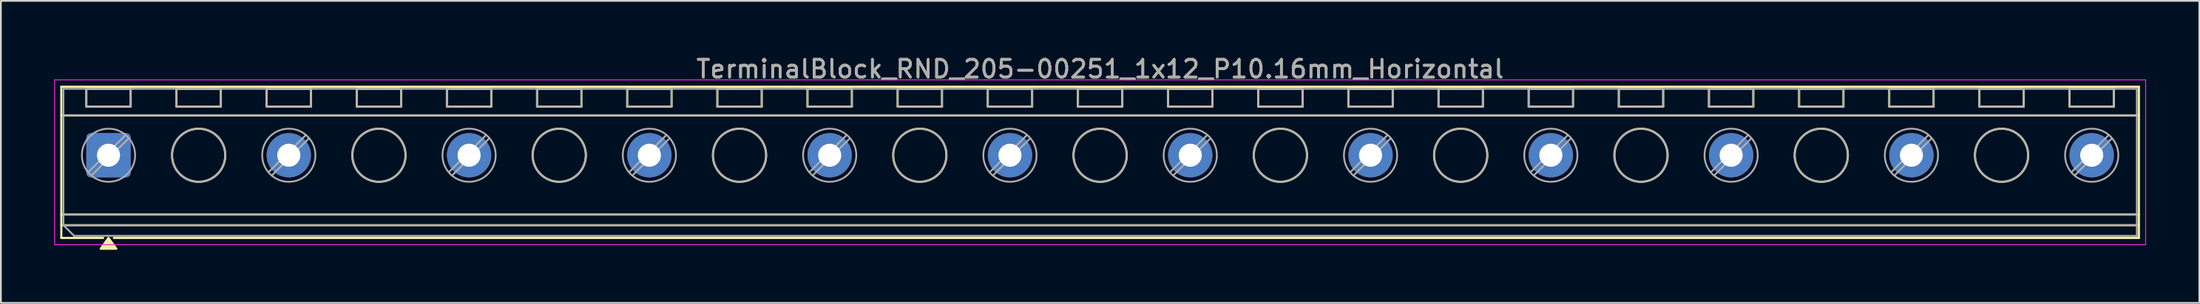
<source format=kicad_pcb>
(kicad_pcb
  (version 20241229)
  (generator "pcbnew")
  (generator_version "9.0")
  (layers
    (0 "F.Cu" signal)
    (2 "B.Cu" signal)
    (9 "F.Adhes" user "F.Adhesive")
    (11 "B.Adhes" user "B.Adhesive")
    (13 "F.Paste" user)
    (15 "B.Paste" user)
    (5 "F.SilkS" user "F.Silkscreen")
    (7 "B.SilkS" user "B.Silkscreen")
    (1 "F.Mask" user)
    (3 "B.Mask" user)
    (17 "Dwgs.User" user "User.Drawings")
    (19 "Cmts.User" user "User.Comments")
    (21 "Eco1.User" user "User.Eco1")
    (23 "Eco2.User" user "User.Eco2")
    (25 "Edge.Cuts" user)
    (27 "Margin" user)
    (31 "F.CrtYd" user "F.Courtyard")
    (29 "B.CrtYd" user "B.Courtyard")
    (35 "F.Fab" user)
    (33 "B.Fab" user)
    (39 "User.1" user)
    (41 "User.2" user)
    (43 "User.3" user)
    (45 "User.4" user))
  (footprint "TerminalBlock_RND_205-00251_1x12_P10.16mm_Horizontal"
    (layer "F.Cu")
    (at 3.065 5.718)
    (property "Reference" "TerminalBlock_RND_205-00251_1x12_P10.16mm_Horizontal" (at 55.88 -4.87 0) (layer "F.SilkS") (effects (font (size 1 1) (thickness 0.15))))
    (attr through_hole)
    (fp_line (start -2.66 -3.87) (end -2.66 4.67) (stroke (width 0.12) (type solid)) (layer "F.SilkS"))
    (fp_line (start -2.66 -3.87) (end 114.42 -3.87) (stroke (width 0.12) (type solid)) (layer "F.SilkS"))
    (fp_line (start -2.66 -2.25) (end 114.42 -2.25) (stroke (width 0.12) (type solid)) (layer "F.SilkS"))
    (fp_line (start -2.66 3.35) (end 114.42 3.35) (stroke (width 0.12) (type solid)) (layer "F.SilkS"))
    (fp_line (start -2.66 3.95) (end 114.42 3.95) (stroke (width 0.12) (type solid)) (layer "F.SilkS"))
    (fp_line (start -2.66 4.67) (end -0.3 4.67) (stroke (width 0.12) (type solid)) (layer "F.SilkS"))
    (fp_line (start -1.25 -3.75) (end -1.25 -2.75) (stroke (width 0.12) (type solid)) (layer "F.SilkS"))
    (fp_line (start -1.25 -3.75) (end 1.25 -3.75) (stroke (width 0.12) (type solid)) (layer "F.SilkS"))
    (fp_line (start -1.25 -2.75) (end 1.25 -2.75) (stroke (width 0.12) (type solid)) (layer "F.SilkS"))
    (fp_line (start 0.3 4.67) (end 114.42 4.67) (stroke (width 0.12) (type solid)) (layer "F.SilkS"))
    (fp_line (start 1.25 -3.75) (end 1.25 -2.75) (stroke (width 0.12) (type solid)) (layer "F.SilkS"))
    (fp_line (start 3.83 -3.75) (end 3.83 -2.75) (stroke (width 0.12) (type solid)) (layer "F.SilkS"))
    (fp_line (start 3.83 -3.75) (end 6.33 -3.75) (stroke (width 0.12) (type solid)) (layer "F.SilkS"))
    (fp_line (start 3.83 -2.75) (end 6.33 -2.75) (stroke (width 0.12) (type solid)) (layer "F.SilkS"))
    (fp_line (start 6.33 -3.75) (end 6.33 -2.75) (stroke (width 0.12) (type solid)) (layer "F.SilkS"))
    (fp_line (start 8.91 -3.75) (end 8.91 -2.75) (stroke (width 0.12) (type solid)) (layer "F.SilkS"))
    (fp_line (start 8.91 -3.75) (end 11.41 -3.75) (stroke (width 0.12) (type solid)) (layer "F.SilkS"))
    (fp_line (start 8.91 -2.75) (end 11.41 -2.75) (stroke (width 0.12) (type solid)) (layer "F.SilkS"))
    (fp_line (start 11.41 -3.75) (end 11.41 -2.75) (stroke (width 0.12) (type solid)) (layer "F.SilkS"))
    (fp_line (start 13.99 -3.75) (end 13.99 -2.75) (stroke (width 0.12) (type solid)) (layer "F.SilkS"))
    (fp_line (start 13.99 -3.75) (end 16.49 -3.75) (stroke (width 0.12) (type solid)) (layer "F.SilkS"))
    (fp_line (start 13.99 -2.75) (end 16.49 -2.75) (stroke (width 0.12) (type solid)) (layer "F.SilkS"))
    (fp_line (start 16.49 -3.75) (end 16.49 -2.75) (stroke (width 0.12) (type solid)) (layer "F.SilkS"))
    (fp_line (start 19.07 -3.75) (end 19.07 -2.75) (stroke (width 0.12) (type solid)) (layer "F.SilkS"))
    (fp_line (start 19.07 -3.75) (end 21.57 -3.75) (stroke (width 0.12) (type solid)) (layer "F.SilkS"))
    (fp_line (start 19.07 -2.75) (end 21.57 -2.75) (stroke (width 0.12) (type solid)) (layer "F.SilkS"))
    (fp_line (start 21.57 -3.75) (end 21.57 -2.75) (stroke (width 0.12) (type solid)) (layer "F.SilkS"))
    (fp_line (start 24.15 -3.75) (end 24.15 -2.75) (stroke (width 0.12) (type solid)) (layer "F.SilkS"))
    (fp_line (start 24.15 -3.75) (end 26.65 -3.75) (stroke (width 0.12) (type solid)) (layer "F.SilkS"))
    (fp_line (start 24.15 -2.75) (end 26.65 -2.75) (stroke (width 0.12) (type solid)) (layer "F.SilkS"))
    (fp_line (start 26.65 -3.75) (end 26.65 -2.75) (stroke (width 0.12) (type solid)) (layer "F.SilkS"))
    (fp_line (start 29.23 -3.75) (end 29.23 -2.75) (stroke (width 0.12) (type solid)) (layer "F.SilkS"))
    (fp_line (start 29.23 -3.75) (end 31.73 -3.75) (stroke (width 0.12) (type solid)) (layer "F.SilkS"))
    (fp_line (start 29.23 -2.75) (end 31.73 -2.75) (stroke (width 0.12) (type solid)) (layer "F.SilkS"))
    (fp_line (start 31.73 -3.75) (end 31.73 -2.75) (stroke (width 0.12) (type solid)) (layer "F.SilkS"))
    (fp_line (start 34.31 -3.75) (end 34.31 -2.75) (stroke (width 0.12) (type solid)) (layer "F.SilkS"))
    (fp_line (start 34.31 -3.75) (end 36.81 -3.75) (stroke (width 0.12) (type solid)) (layer "F.SilkS"))
    (fp_line (start 34.31 -2.75) (end 36.81 -2.75) (stroke (width 0.12) (type solid)) (layer "F.SilkS"))
    (fp_line (start 36.81 -3.75) (end 36.81 -2.75) (stroke (width 0.12) (type solid)) (layer "F.SilkS"))
    (fp_line (start 39.39 -3.75) (end 39.39 -2.75) (stroke (width 0.12) (type solid)) (layer "F.SilkS"))
    (fp_line (start 39.39 -3.75) (end 41.89 -3.75) (stroke (width 0.12) (type solid)) (layer "F.SilkS"))
    (fp_line (start 39.39 -2.75) (end 41.89 -2.75) (stroke (width 0.12) (type solid)) (layer "F.SilkS"))
    (fp_line (start 41.89 -3.75) (end 41.89 -2.75) (stroke (width 0.12) (type solid)) (layer "F.SilkS"))
    (fp_line (start 44.47 -3.75) (end 44.47 -2.75) (stroke (width 0.12) (type solid)) (layer "F.SilkS"))
    (fp_line (start 44.47 -3.75) (end 46.97 -3.75) (stroke (width 0.12) (type solid)) (layer "F.SilkS"))
    (fp_line (start 44.47 -2.75) (end 46.97 -2.75) (stroke (width 0.12) (type solid)) (layer "F.SilkS"))
    (fp_line (start 46.97 -3.75) (end 46.97 -2.75) (stroke (width 0.12) (type solid)) (layer "F.SilkS"))
    (fp_line (start 49.55 -3.75) (end 49.55 -2.75) (stroke (width 0.12) (type solid)) (layer "F.SilkS"))
    (fp_line (start 49.55 -3.75) (end 52.05 -3.75) (stroke (width 0.12) (type solid)) (layer "F.SilkS"))
    (fp_line (start 49.55 -2.75) (end 52.05 -2.75) (stroke (width 0.12) (type solid)) (layer "F.SilkS"))
    (fp_line (start 52.05 -3.75) (end 52.05 -2.75) (stroke (width 0.12) (type solid)) (layer "F.SilkS"))
    (fp_line (start 54.63 -3.75) (end 54.63 -2.75) (stroke (width 0.12) (type solid)) (layer "F.SilkS"))
    (fp_line (start 54.63 -3.75) (end 57.13 -3.75) (stroke (width 0.12) (type solid)) (layer "F.SilkS"))
    (fp_line (start 54.63 -2.75) (end 57.13 -2.75) (stroke (width 0.12) (type solid)) (layer "F.SilkS"))
    (fp_line (start 57.13 -3.75) (end 57.13 -2.75) (stroke (width 0.12) (type solid)) (layer "F.SilkS"))
    (fp_line (start 59.71 -3.75) (end 59.71 -2.75) (stroke (width 0.12) (type solid)) (layer "F.SilkS"))
    (fp_line (start 59.71 -3.75) (end 62.21 -3.75) (stroke (width 0.12) (type solid)) (layer "F.SilkS"))
    (fp_line (start 59.71 -2.75) (end 62.21 -2.75) (stroke (width 0.12) (type solid)) (layer "F.SilkS"))
    (fp_line (start 62.21 -3.75) (end 62.21 -2.75) (stroke (width 0.12) (type solid)) (layer "F.SilkS"))
    (fp_line (start 64.79 -3.75) (end 64.79 -2.75) (stroke (width 0.12) (type solid)) (layer "F.SilkS"))
    (fp_line (start 64.79 -3.75) (end 67.29 -3.75) (stroke (width 0.12) (type solid)) (layer "F.SilkS"))
    (fp_line (start 64.79 -2.75) (end 67.29 -2.75) (stroke (width 0.12) (type solid)) (layer "F.SilkS"))
    (fp_line (start 67.29 -3.75) (end 67.29 -2.75) (stroke (width 0.12) (type solid)) (layer "F.SilkS"))
    (fp_line (start 69.87 -3.75) (end 69.87 -2.75) (stroke (width 0.12) (type solid)) (layer "F.SilkS"))
    (fp_line (start 69.87 -3.75) (end 72.37 -3.75) (stroke (width 0.12) (type solid)) (layer "F.SilkS"))
    (fp_line (start 69.87 -2.75) (end 72.37 -2.75) (stroke (width 0.12) (type solid)) (layer "F.SilkS"))
    (fp_line (start 72.37 -3.75) (end 72.37 -2.75) (stroke (width 0.12) (type solid)) (layer "F.SilkS"))
    (fp_line (start 74.95 -3.75) (end 74.95 -2.75) (stroke (width 0.12) (type solid)) (layer "F.SilkS"))
    (fp_line (start 74.95 -3.75) (end 77.45 -3.75) (stroke (width 0.12) (type solid)) (layer "F.SilkS"))
    (fp_line (start 74.95 -2.75) (end 77.45 -2.75) (stroke (width 0.12) (type solid)) (layer "F.SilkS"))
    (fp_line (start 77.45 -3.75) (end 77.45 -2.75) (stroke (width 0.12) (type solid)) (layer "F.SilkS"))
    (fp_line (start 80.03 -3.75) (end 80.03 -2.75) (stroke (width 0.12) (type solid)) (layer "F.SilkS"))
    (fp_line (start 80.03 -3.75) (end 82.53 -3.75) (stroke (width 0.12) (type solid)) (layer "F.SilkS"))
    (fp_line (start 80.03 -2.75) (end 82.53 -2.75) (stroke (width 0.12) (type solid)) (layer "F.SilkS"))
    (fp_line (start 82.53 -3.75) (end 82.53 -2.75) (stroke (width 0.12) (type solid)) (layer "F.SilkS"))
    (fp_line (start 85.11 -3.75) (end 85.11 -2.75) (stroke (width 0.12) (type solid)) (layer "F.SilkS"))
    (fp_line (start 85.11 -3.75) (end 87.61 -3.75) (stroke (width 0.12) (type solid)) (layer "F.SilkS"))
    (fp_line (start 85.11 -2.75) (end 87.61 -2.75) (stroke (width 0.12) (type solid)) (layer "F.SilkS"))
    (fp_line (start 87.61 -3.75) (end 87.61 -2.75) (stroke (width 0.12) (type solid)) (layer "F.SilkS"))
    (fp_line (start 90.19 -3.75) (end 90.19 -2.75) (stroke (width 0.12) (type solid)) (layer "F.SilkS"))
    (fp_line (start 90.19 -3.75) (end 92.69 -3.75) (stroke (width 0.12) (type solid)) (layer "F.SilkS"))
    (fp_line (start 90.19 -2.75) (end 92.69 -2.75) (stroke (width 0.12) (type solid)) (layer "F.SilkS"))
    (fp_line (start 92.69 -3.75) (end 92.69 -2.75) (stroke (width 0.12) (type solid)) (layer "F.SilkS"))
    (fp_line (start 95.27 -3.75) (end 95.27 -2.75) (stroke (width 0.12) (type solid)) (layer "F.SilkS"))
    (fp_line (start 95.27 -3.75) (end 97.77 -3.75) (stroke (width 0.12) (type solid)) (layer "F.SilkS"))
    (fp_line (start 95.27 -2.75) (end 97.77 -2.75) (stroke (width 0.12) (type solid)) (layer "F.SilkS"))
    (fp_line (start 97.77 -3.75) (end 97.77 -2.75) (stroke (width 0.12) (type solid)) (layer "F.SilkS"))
    (fp_line (start 100.35 -3.75) (end 100.35 -2.75) (stroke (width 0.12) (type solid)) (layer "F.SilkS"))
    (fp_line (start 100.35 -3.75) (end 102.85 -3.75) (stroke (width 0.12) (type solid)) (layer "F.SilkS"))
    (fp_line (start 100.35 -2.75) (end 102.85 -2.75) (stroke (width 0.12) (type solid)) (layer "F.SilkS"))
    (fp_line (start 102.85 -3.75) (end 102.85 -2.75) (stroke (width 0.12) (type solid)) (layer "F.SilkS"))
    (fp_line (start 105.43 -3.75) (end 105.43 -2.75) (stroke (width 0.12) (type solid)) (layer "F.SilkS"))
    (fp_line (start 105.43 -3.75) (end 107.93 -3.75) (stroke (width 0.12) (type solid)) (layer "F.SilkS"))
    (fp_line (start 105.43 -2.75) (end 107.93 -2.75) (stroke (width 0.12) (type solid)) (layer "F.SilkS"))
    (fp_line (start 107.93 -3.75) (end 107.93 -2.75) (stroke (width 0.12) (type solid)) (layer "F.SilkS"))
    (fp_line (start 110.51 -3.75) (end 110.51 -2.75) (stroke (width 0.12) (type solid)) (layer "F.SilkS"))
    (fp_line (start 110.51 -3.75) (end 113.01 -3.75) (stroke (width 0.12) (type solid)) (layer "F.SilkS"))
    (fp_line (start 110.51 -2.75) (end 113.01 -2.75) (stroke (width 0.12) (type solid)) (layer "F.SilkS"))
    (fp_line (start 113.01 -3.75) (end 113.01 -2.75) (stroke (width 0.12) (type solid)) (layer "F.SilkS"))
    (fp_line (start 114.42 -3.87) (end 114.42 4.67) (stroke (width 0.12) (type solid)) (layer "F.SilkS"))
    (fp_circle (center 5.08 0) (end 6.58 0) (stroke (width 0.12) (type solid)) (fill no) (layer "F.SilkS"))
    (fp_circle (center 15.24 0) (end 16.74 0) (stroke (width 0.12) (type solid)) (fill no) (layer "F.SilkS"))
    (fp_circle (center 25.4 0) (end 26.9 0) (stroke (width 0.12) (type solid)) (fill no) (layer "F.SilkS"))
    (fp_circle (center 35.56 0) (end 37.06 0) (stroke (width 0.12) (type solid)) (fill no) (layer "F.SilkS"))
    (fp_circle (center 45.72 0) (end 47.22 0) (stroke (width 0.12) (type solid)) (fill no) (layer "F.SilkS"))
    (fp_circle (center 55.88 0) (end 57.38 0) (stroke (width 0.12) (type solid)) (fill no) (layer "F.SilkS"))
    (fp_circle (center 66.04 0) (end 67.54 0) (stroke (width 0.12) (type solid)) (fill no) (layer "F.SilkS"))
    (fp_circle (center 76.2 0) (end 77.7 0) (stroke (width 0.12) (type solid)) (fill no) (layer "F.SilkS"))
    (fp_circle (center 86.36 0) (end 87.86 0) (stroke (width 0.12) (type solid)) (fill no) (layer "F.SilkS"))
    (fp_circle (center 96.52 0) (end 98.02 0) (stroke (width 0.12) (type solid)) (fill no) (layer "F.SilkS"))
    (fp_circle (center 106.68 0) (end 108.18 0) (stroke (width 0.12) (type solid)) (fill no) (layer "F.SilkS"))
    (fp_poly (pts (xy 0 4.67) (xy 0.44 5.28) (xy -0.44 5.28)) (stroke (width 0.12) (type solid)) (fill yes) (layer "F.SilkS"))
    (fp_line (start -3.04 -4.26) (end -3.04 5.05) (stroke (width 0.05) (type solid)) (layer "F.CrtYd"))
    (fp_line (start -3.04 5.05) (end 114.8 5.05) (stroke (width 0.05) (type solid)) (layer "F.CrtYd"))
    (fp_line (start 114.8 -4.26) (end -3.04 -4.26) (stroke (width 0.05) (type solid)) (layer "F.CrtYd"))
    (fp_line (start 114.8 5.05) (end 114.8 -4.26) (stroke (width 0.05) (type solid)) (layer "F.CrtYd"))
    (fp_line (start -2.54 -3.75) (end 114.3 -3.75) (stroke (width 0.1) (type solid)) (layer "F.Fab"))
    (fp_line (start -2.54 -2.25) (end 114.3 -2.25) (stroke (width 0.1) (type solid)) (layer "F.Fab"))
    (fp_line (start -2.54 3.35) (end 114.3 3.35) (stroke (width 0.1) (type solid)) (layer "F.Fab"))
    (fp_line (start -2.54 3.95) (end -2.54 -3.75) (stroke (width 0.1) (type solid)) (layer "F.Fab"))
    (fp_line (start -2.54 3.95) (end 114.3 3.95) (stroke (width 0.1) (type solid)) (layer "F.Fab"))
    (fp_line (start -1.94 4.55) (end -2.54 3.95) (stroke (width 0.1) (type solid)) (layer "F.Fab"))
    (fp_line (start -1.25 -3.75) (end -1.25 -2.75) (stroke (width 0.1) (type solid)) (layer "F.Fab"))
    (fp_line (start -1.25 -2.75) (end 1.25 -2.75) (stroke (width 0.1) (type solid)) (layer "F.Fab"))
    (fp_line (start 0.955 -1.138) (end -1.138 0.954) (stroke (width 0.1) (type solid)) (layer "F.Fab"))
    (fp_line (start 1.138 -0.954) (end -0.955 1.137) (stroke (width 0.1) (type solid)) (layer "F.Fab"))
    (fp_line (start 1.25 -3.75) (end -1.25 -3.75) (stroke (width 0.1) (type solid)) (layer "F.Fab"))
    (fp_line (start 1.25 -2.75) (end 1.25 -3.75) (stroke (width 0.1) (type solid)) (layer "F.Fab"))
    (fp_line (start 3.83 -3.75) (end 3.83 -2.75) (stroke (width 0.1) (type solid)) (layer "F.Fab"))
    (fp_line (start 3.83 -2.75) (end 6.33 -2.75) (stroke (width 0.1) (type solid)) (layer "F.Fab"))
    (fp_line (start 6.33 -3.75) (end 3.83 -3.75) (stroke (width 0.1) (type solid)) (layer "F.Fab"))
    (fp_line (start 6.33 -2.75) (end 6.33 -3.75) (stroke (width 0.1) (type solid)) (layer "F.Fab"))
    (fp_line (start 8.91 -3.75) (end 8.91 -2.75) (stroke (width 0.1) (type solid)) (layer "F.Fab"))
    (fp_line (start 8.91 -2.75) (end 11.41 -2.75) (stroke (width 0.1) (type solid)) (layer "F.Fab"))
    (fp_line (start 11.115 -1.138) (end 9.022 0.954) (stroke (width 0.1) (type solid)) (layer "F.Fab"))
    (fp_line (start 11.298 -0.954) (end 9.205 1.137) (stroke (width 0.1) (type solid)) (layer "F.Fab"))
    (fp_line (start 11.41 -3.75) (end 8.91 -3.75) (stroke (width 0.1) (type solid)) (layer "F.Fab"))
    (fp_line (start 11.41 -2.75) (end 11.41 -3.75) (stroke (width 0.1) (type solid)) (layer "F.Fab"))
    (fp_line (start 13.99 -3.75) (end 13.99 -2.75) (stroke (width 0.1) (type solid)) (layer "F.Fab"))
    (fp_line (start 13.99 -2.75) (end 16.49 -2.75) (stroke (width 0.1) (type solid)) (layer "F.Fab"))
    (fp_line (start 16.49 -3.75) (end 13.99 -3.75) (stroke (width 0.1) (type solid)) (layer "F.Fab"))
    (fp_line (start 16.49 -2.75) (end 16.49 -3.75) (stroke (width 0.1) (type solid)) (layer "F.Fab"))
    (fp_line (start 19.07 -3.75) (end 19.07 -2.75) (stroke (width 0.1) (type solid)) (layer "F.Fab"))
    (fp_line (start 19.07 -2.75) (end 21.57 -2.75) (stroke (width 0.1) (type solid)) (layer "F.Fab"))
    (fp_line (start 21.275 -1.138) (end 19.182 0.954) (stroke (width 0.1) (type solid)) (layer "F.Fab"))
    (fp_line (start 21.458 -0.954) (end 19.365 1.137) (stroke (width 0.1) (type solid)) (layer "F.Fab"))
    (fp_line (start 21.57 -3.75) (end 19.07 -3.75) (stroke (width 0.1) (type solid)) (layer "F.Fab"))
    (fp_line (start 21.57 -2.75) (end 21.57 -3.75) (stroke (width 0.1) (type solid)) (layer "F.Fab"))
    (fp_line (start 24.15 -3.75) (end 24.15 -2.75) (stroke (width 0.1) (type solid)) (layer "F.Fab"))
    (fp_line (start 24.15 -2.75) (end 26.65 -2.75) (stroke (width 0.1) (type solid)) (layer "F.Fab"))
    (fp_line (start 26.65 -3.75) (end 24.15 -3.75) (stroke (width 0.1) (type solid)) (layer "F.Fab"))
    (fp_line (start 26.65 -2.75) (end 26.65 -3.75) (stroke (width 0.1) (type solid)) (layer "F.Fab"))
    (fp_line (start 29.23 -3.75) (end 29.23 -2.75) (stroke (width 0.1) (type solid)) (layer "F.Fab"))
    (fp_line (start 29.23 -2.75) (end 31.73 -2.75) (stroke (width 0.1) (type solid)) (layer "F.Fab"))
    (fp_line (start 31.435 -1.138) (end 29.342 0.954) (stroke (width 0.1) (type solid)) (layer "F.Fab"))
    (fp_line (start 31.618 -0.954) (end 29.525 1.137) (stroke (width 0.1) (type solid)) (layer "F.Fab"))
    (fp_line (start 31.73 -3.75) (end 29.23 -3.75) (stroke (width 0.1) (type solid)) (layer "F.Fab"))
    (fp_line (start 31.73 -2.75) (end 31.73 -3.75) (stroke (width 0.1) (type solid)) (layer "F.Fab"))
    (fp_line (start 34.31 -3.75) (end 34.31 -2.75) (stroke (width 0.1) (type solid)) (layer "F.Fab"))
    (fp_line (start 34.31 -2.75) (end 36.81 -2.75) (stroke (width 0.1) (type solid)) (layer "F.Fab"))
    (fp_line (start 36.81 -3.75) (end 34.31 -3.75) (stroke (width 0.1) (type solid)) (layer "F.Fab"))
    (fp_line (start 36.81 -2.75) (end 36.81 -3.75) (stroke (width 0.1) (type solid)) (layer "F.Fab"))
    (fp_line (start 39.39 -3.75) (end 39.39 -2.75) (stroke (width 0.1) (type solid)) (layer "F.Fab"))
    (fp_line (start 39.39 -2.75) (end 41.89 -2.75) (stroke (width 0.1) (type solid)) (layer "F.Fab"))
    (fp_line (start 41.595 -1.138) (end 39.502 0.954) (stroke (width 0.1) (type solid)) (layer "F.Fab"))
    (fp_line (start 41.778 -0.954) (end 39.685 1.137) (stroke (width 0.1) (type solid)) (layer "F.Fab"))
    (fp_line (start 41.89 -3.75) (end 39.39 -3.75) (stroke (width 0.1) (type solid)) (layer "F.Fab"))
    (fp_line (start 41.89 -2.75) (end 41.89 -3.75) (stroke (width 0.1) (type solid)) (layer "F.Fab"))
    (fp_line (start 44.47 -3.75) (end 44.47 -2.75) (stroke (width 0.1) (type solid)) (layer "F.Fab"))
    (fp_line (start 44.47 -2.75) (end 46.97 -2.75) (stroke (width 0.1) (type solid)) (layer "F.Fab"))
    (fp_line (start 46.97 -3.75) (end 44.47 -3.75) (stroke (width 0.1) (type solid)) (layer "F.Fab"))
    (fp_line (start 46.97 -2.75) (end 46.97 -3.75) (stroke (width 0.1) (type solid)) (layer "F.Fab"))
    (fp_line (start 49.55 -3.75) (end 49.55 -2.75) (stroke (width 0.1) (type solid)) (layer "F.Fab"))
    (fp_line (start 49.55 -2.75) (end 52.05 -2.75) (stroke (width 0.1) (type solid)) (layer "F.Fab"))
    (fp_line (start 51.755 -1.138) (end 49.662 0.954) (stroke (width 0.1) (type solid)) (layer "F.Fab"))
    (fp_line (start 51.938 -0.954) (end 49.845 1.137) (stroke (width 0.1) (type solid)) (layer "F.Fab"))
    (fp_line (start 52.05 -3.75) (end 49.55 -3.75) (stroke (width 0.1) (type solid)) (layer "F.Fab"))
    (fp_line (start 52.05 -2.75) (end 52.05 -3.75) (stroke (width 0.1) (type solid)) (layer "F.Fab"))
    (fp_line (start 54.63 -3.75) (end 54.63 -2.75) (stroke (width 0.1) (type solid)) (layer "F.Fab"))
    (fp_line (start 54.63 -2.75) (end 57.13 -2.75) (stroke (width 0.1) (type solid)) (layer "F.Fab"))
    (fp_line (start 57.13 -3.75) (end 54.63 -3.75) (stroke (width 0.1) (type solid)) (layer "F.Fab"))
    (fp_line (start 57.13 -2.75) (end 57.13 -3.75) (stroke (width 0.1) (type solid)) (layer "F.Fab"))
    (fp_line (start 59.71 -3.75) (end 59.71 -2.75) (stroke (width 0.1) (type solid)) (layer "F.Fab"))
    (fp_line (start 59.71 -2.75) (end 62.21 -2.75) (stroke (width 0.1) (type solid)) (layer "F.Fab"))
    (fp_line (start 61.915 -1.138) (end 59.822 0.954) (stroke (width 0.1) (type solid)) (layer "F.Fab"))
    (fp_line (start 62.098 -0.954) (end 60.005 1.137) (stroke (width 0.1) (type solid)) (layer "F.Fab"))
    (fp_line (start 62.21 -3.75) (end 59.71 -3.75) (stroke (width 0.1) (type solid)) (layer "F.Fab"))
    (fp_line (start 62.21 -2.75) (end 62.21 -3.75) (stroke (width 0.1) (type solid)) (layer "F.Fab"))
    (fp_line (start 64.79 -3.75) (end 64.79 -2.75) (stroke (width 0.1) (type solid)) (layer "F.Fab"))
    (fp_line (start 64.79 -2.75) (end 67.29 -2.75) (stroke (width 0.1) (type solid)) (layer "F.Fab"))
    (fp_line (start 67.29 -3.75) (end 64.79 -3.75) (stroke (width 0.1) (type solid)) (layer "F.Fab"))
    (fp_line (start 67.29 -2.75) (end 67.29 -3.75) (stroke (width 0.1) (type solid)) (layer "F.Fab"))
    (fp_line (start 69.87 -3.75) (end 69.87 -2.75) (stroke (width 0.1) (type solid)) (layer "F.Fab"))
    (fp_line (start 69.87 -2.75) (end 72.37 -2.75) (stroke (width 0.1) (type solid)) (layer "F.Fab"))
    (fp_line (start 72.075 -1.138) (end 69.982 0.954) (stroke (width 0.1) (type solid)) (layer "F.Fab"))
    (fp_line (start 72.258 -0.954) (end 70.165 1.137) (stroke (width 0.1) (type solid)) (layer "F.Fab"))
    (fp_line (start 72.37 -3.75) (end 69.87 -3.75) (stroke (width 0.1) (type solid)) (layer "F.Fab"))
    (fp_line (start 72.37 -2.75) (end 72.37 -3.75) (stroke (width 0.1) (type solid)) (layer "F.Fab"))
    (fp_line (start 74.95 -3.75) (end 74.95 -2.75) (stroke (width 0.1) (type solid)) (layer "F.Fab"))
    (fp_line (start 74.95 -2.75) (end 77.45 -2.75) (stroke (width 0.1) (type solid)) (layer "F.Fab"))
    (fp_line (start 77.45 -3.75) (end 74.95 -3.75) (stroke (width 0.1) (type solid)) (layer "F.Fab"))
    (fp_line (start 77.45 -2.75) (end 77.45 -3.75) (stroke (width 0.1) (type solid)) (layer "F.Fab"))
    (fp_line (start 80.03 -3.75) (end 80.03 -2.75) (stroke (width 0.1) (type solid)) (layer "F.Fab"))
    (fp_line (start 80.03 -2.75) (end 82.53 -2.75) (stroke (width 0.1) (type solid)) (layer "F.Fab"))
    (fp_line (start 82.235 -1.138) (end 80.142 0.954) (stroke (width 0.1) (type solid)) (layer "F.Fab"))
    (fp_line (start 82.418 -0.954) (end 80.325 1.137) (stroke (width 0.1) (type solid)) (layer "F.Fab"))
    (fp_line (start 82.53 -3.75) (end 80.03 -3.75) (stroke (width 0.1) (type solid)) (layer "F.Fab"))
    (fp_line (start 82.53 -2.75) (end 82.53 -3.75) (stroke (width 0.1) (type solid)) (layer "F.Fab"))
    (fp_line (start 85.11 -3.75) (end 85.11 -2.75) (stroke (width 0.1) (type solid)) (layer "F.Fab"))
    (fp_line (start 85.11 -2.75) (end 87.61 -2.75) (stroke (width 0.1) (type solid)) (layer "F.Fab"))
    (fp_line (start 87.61 -3.75) (end 85.11 -3.75) (stroke (width 0.1) (type solid)) (layer "F.Fab"))
    (fp_line (start 87.61 -2.75) (end 87.61 -3.75) (stroke (width 0.1) (type solid)) (layer "F.Fab"))
    (fp_line (start 90.19 -3.75) (end 90.19 -2.75) (stroke (width 0.1) (type solid)) (layer "F.Fab"))
    (fp_line (start 90.19 -2.75) (end 92.69 -2.75) (stroke (width 0.1) (type solid)) (layer "F.Fab"))
    (fp_line (start 92.395 -1.138) (end 90.302 0.954) (stroke (width 0.1) (type solid)) (layer "F.Fab"))
    (fp_line (start 92.578 -0.954) (end 90.485 1.137) (stroke (width 0.1) (type solid)) (layer "F.Fab"))
    (fp_line (start 92.69 -3.75) (end 90.19 -3.75) (stroke (width 0.1) (type solid)) (layer "F.Fab"))
    (fp_line (start 92.69 -2.75) (end 92.69 -3.75) (stroke (width 0.1) (type solid)) (layer "F.Fab"))
    (fp_line (start 95.27 -3.75) (end 95.27 -2.75) (stroke (width 0.1) (type solid)) (layer "F.Fab"))
    (fp_line (start 95.27 -2.75) (end 97.77 -2.75) (stroke (width 0.1) (type solid)) (layer "F.Fab"))
    (fp_line (start 97.77 -3.75) (end 95.27 -3.75) (stroke (width 0.1) (type solid)) (layer "F.Fab"))
    (fp_line (start 97.77 -2.75) (end 97.77 -3.75) (stroke (width 0.1) (type solid)) (layer "F.Fab"))
    (fp_line (start 100.35 -3.75) (end 100.35 -2.75) (stroke (width 0.1) (type solid)) (layer "F.Fab"))
    (fp_line (start 100.35 -2.75) (end 102.85 -2.75) (stroke (width 0.1) (type solid)) (layer "F.Fab"))
    (fp_line (start 102.555 -1.138) (end 100.462 0.954) (stroke (width 0.1) (type solid)) (layer "F.Fab"))
    (fp_line (start 102.738 -0.954) (end 100.645 1.137) (stroke (width 0.1) (type solid)) (layer "F.Fab"))
    (fp_line (start 102.85 -3.75) (end 100.35 -3.75) (stroke (width 0.1) (type solid)) (layer "F.Fab"))
    (fp_line (start 102.85 -2.75) (end 102.85 -3.75) (stroke (width 0.1) (type solid)) (layer "F.Fab"))
    (fp_line (start 105.43 -3.75) (end 105.43 -2.75) (stroke (width 0.1) (type solid)) (layer "F.Fab"))
    (fp_line (start 105.43 -2.75) (end 107.93 -2.75) (stroke (width 0.1) (type solid)) (layer "F.Fab"))
    (fp_line (start 107.93 -3.75) (end 105.43 -3.75) (stroke (width 0.1) (type solid)) (layer "F.Fab"))
    (fp_line (start 107.93 -2.75) (end 107.93 -3.75) (stroke (width 0.1) (type solid)) (layer "F.Fab"))
    (fp_line (start 110.51 -3.75) (end 110.51 -2.75) (stroke (width 0.1) (type solid)) (layer "F.Fab"))
    (fp_line (start 110.51 -2.75) (end 113.01 -2.75) (stroke (width 0.1) (type solid)) (layer "F.Fab"))
    (fp_line (start 112.715 -1.138) (end 110.622 0.954) (stroke (width 0.1) (type solid)) (layer "F.Fab"))
    (fp_line (start 112.898 -0.954) (end 110.805 1.137) (stroke (width 0.1) (type solid)) (layer "F.Fab"))
    (fp_line (start 113.01 -3.75) (end 110.51 -3.75) (stroke (width 0.1) (type solid)) (layer "F.Fab"))
    (fp_line (start 113.01 -2.75) (end 113.01 -3.75) (stroke (width 0.1) (type solid)) (layer "F.Fab"))
    (fp_line (start 114.3 -3.75) (end 114.3 4.55) (stroke (width 0.1) (type solid)) (layer "F.Fab"))
    (fp_line (start 114.3 4.55) (end -1.94 4.55) (stroke (width 0.1) (type solid)) (layer "F.Fab"))
    (fp_circle (center 0 0) (end 1.5 0) (stroke (width 0.1) (type solid)) (fill no) (layer "F.Fab"))
    (fp_circle (center 5.08 0) (end 6.58 0) (stroke (width 0.1) (type solid)) (fill no) (layer "F.Fab"))
    (fp_circle (center 10.16 0) (end 11.66 0) (stroke (width 0.1) (type solid)) (fill no) (layer "F.Fab"))
    (fp_circle (center 15.24 0) (end 16.74 0) (stroke (width 0.1) (type solid)) (fill no) (layer "F.Fab"))
    (fp_circle (center 20.32 0) (end 21.82 0) (stroke (width 0.1) (type solid)) (fill no) (layer "F.Fab"))
    (fp_circle (center 25.4 0) (end 26.9 0) (stroke (width 0.1) (type solid)) (fill no) (layer "F.Fab"))
    (fp_circle (center 30.48 0) (end 31.98 0) (stroke (width 0.1) (type solid)) (fill no) (layer "F.Fab"))
    (fp_circle (center 35.56 0) (end 37.06 0) (stroke (width 0.1) (type solid)) (fill no) (layer "F.Fab"))
    (fp_circle (center 40.64 0) (end 42.14 0) (stroke (width 0.1) (type solid)) (fill no) (layer "F.Fab"))
    (fp_circle (center 45.72 0) (end 47.22 0) (stroke (width 0.1) (type solid)) (fill no) (layer "F.Fab"))
    (fp_circle (center 50.8 0) (end 52.3 0) (stroke (width 0.1) (type solid)) (fill no) (layer "F.Fab"))
    (fp_circle (center 55.88 0) (end 57.38 0) (stroke (width 0.1) (type solid)) (fill no) (layer "F.Fab"))
    (fp_circle (center 60.96 0) (end 62.46 0) (stroke (width 0.1) (type solid)) (fill no) (layer "F.Fab"))
    (fp_circle (center 66.04 0) (end 67.54 0) (stroke (width 0.1) (type solid)) (fill no) (layer "F.Fab"))
    (fp_circle (center 71.12 0) (end 72.62 0) (stroke (width 0.1) (type solid)) (fill no) (layer "F.Fab"))
    (fp_circle (center 76.2 0) (end 77.7 0) (stroke (width 0.1) (type solid)) (fill no) (layer "F.Fab"))
    (fp_circle (center 81.28 0) (end 82.78 0) (stroke (width 0.1) (type solid)) (fill no) (layer "F.Fab"))
    (fp_circle (center 86.36 0) (end 87.86 0) (stroke (width 0.1) (type solid)) (fill no) (layer "F.Fab"))
    (fp_circle (center 91.44 0) (end 92.94 0) (stroke (width 0.1) (type solid)) (fill no) (layer "F.Fab"))
    (fp_circle (center 96.52 0) (end 98.02 0) (stroke (width 0.1) (type solid)) (fill no) (layer "F.Fab"))
    (fp_circle (center 101.6 0) (end 103.1 0) (stroke (width 0.1) (type solid)) (fill no) (layer "F.Fab"))
    (fp_circle (center 106.68 0) (end 108.18 0) (stroke (width 0.1) (type solid)) (fill no) (layer "F.Fab"))
    (fp_circle (center 111.76 0) (end 113.26 0) (stroke (width 0.1) (type solid)) (fill no) (layer "F.Fab"))
    (fp_text user "${REFERENCE}" (at 55.88 -4.87 0) (layer "F.Fab") (effects (font (size 1 1) (thickness 0.15))))
    (pad "1" thru_hole roundrect (at 0 0) (size 2.5 2.5) (drill 1.3) (layers "*.Cu" "*.Mask") (roundrect_rratio 0.1))
    (pad "2" thru_hole circle (at 10.16 0) (size 2.5 2.5) (drill 1.3) (layers "*.Cu" "*.Mask"))
    (pad "3" thru_hole circle (at 20.32 0) (size 2.5 2.5) (drill 1.3) (layers "*.Cu" "*.Mask"))
    (pad "4" thru_hole circle (at 30.48 0) (size 2.5 2.5) (drill 1.3) (layers "*.Cu" "*.Mask"))
    (pad "5" thru_hole circle (at 40.64 0) (size 2.5 2.5) (drill 1.3) (layers "*.Cu" "*.Mask"))
    (pad "6" thru_hole circle (at 50.8 0) (size 2.5 2.5) (drill 1.3) (layers "*.Cu" "*.Mask"))
    (pad "7" thru_hole circle (at 60.96 0) (size 2.5 2.5) (drill 1.3) (layers "*.Cu" "*.Mask"))
    (pad "8" thru_hole circle (at 71.12 0) (size 2.5 2.5) (drill 1.3) (layers "*.Cu" "*.Mask"))
    (pad "9" thru_hole circle (at 81.28 0) (size 2.5 2.5) (drill 1.3) (layers "*.Cu" "*.Mask"))
    (pad "10" thru_hole circle (at 91.44 0) (size 2.5 2.5) (drill 1.3) (layers "*.Cu" "*.Mask"))
    (pad "11" thru_hole circle (at 101.6 0) (size 2.5 2.5) (drill 1.3) (layers "*.Cu" "*.Mask"))
    (pad "12" thru_hole circle (at 111.76 0) (size 2.5 2.5) (drill 1.3) (layers "*.Cu" "*.Mask")))
  (gr_rect
    (start -3 -3)
    (end 120.89 14.058)
    (stroke (width 0.1) (type default))
    (fill no)
    (layer "Edge.Cuts")))
</source>
